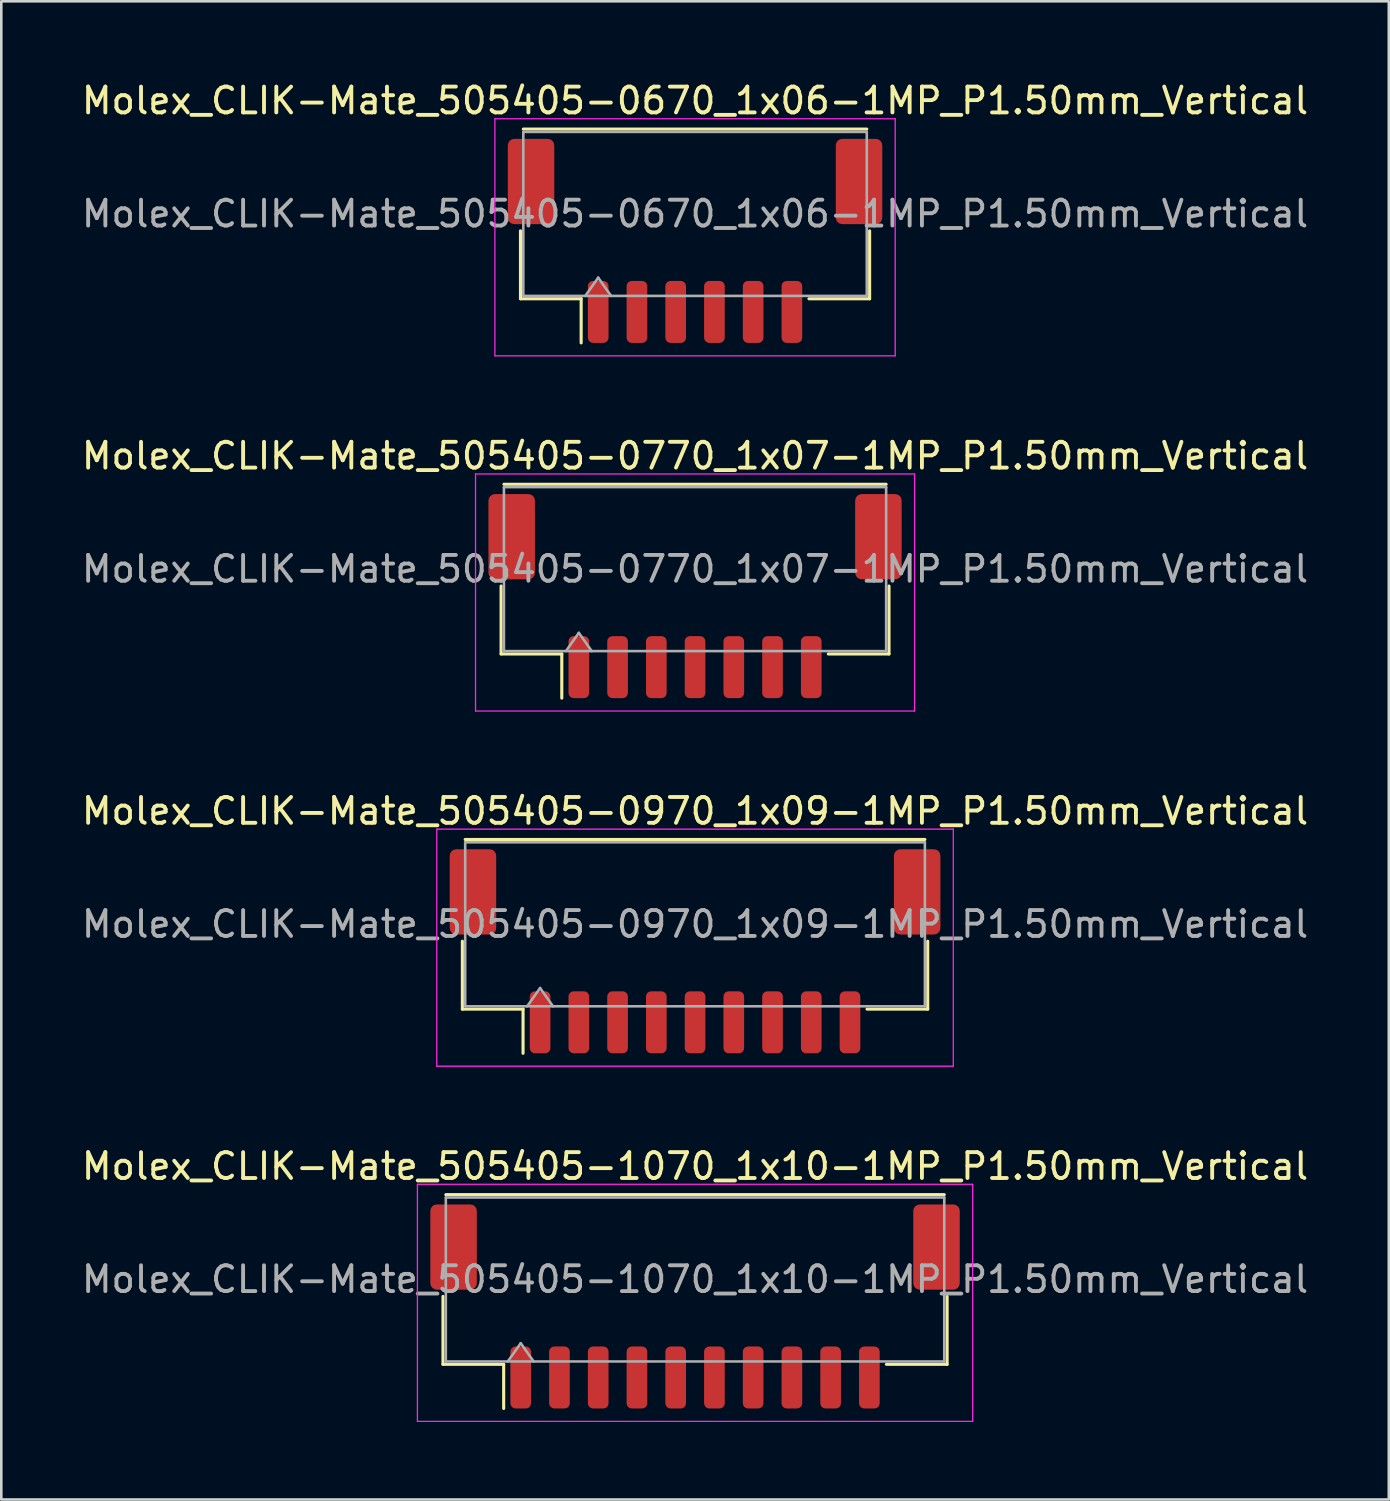
<source format=kicad_pcb>
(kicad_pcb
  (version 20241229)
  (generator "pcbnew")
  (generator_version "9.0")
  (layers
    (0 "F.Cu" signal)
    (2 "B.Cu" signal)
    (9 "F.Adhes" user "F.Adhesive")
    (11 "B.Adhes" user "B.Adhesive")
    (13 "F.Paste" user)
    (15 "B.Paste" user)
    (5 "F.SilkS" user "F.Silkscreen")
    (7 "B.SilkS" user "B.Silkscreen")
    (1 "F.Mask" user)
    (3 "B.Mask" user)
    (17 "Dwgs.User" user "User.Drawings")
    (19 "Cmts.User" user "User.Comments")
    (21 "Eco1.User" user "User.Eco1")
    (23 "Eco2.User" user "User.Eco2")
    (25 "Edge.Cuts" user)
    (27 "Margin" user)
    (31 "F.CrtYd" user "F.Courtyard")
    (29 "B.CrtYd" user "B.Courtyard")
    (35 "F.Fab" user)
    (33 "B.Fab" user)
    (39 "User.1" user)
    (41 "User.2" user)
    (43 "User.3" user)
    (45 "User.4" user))
  (footprint "Molex_CLIK-Mate_505405-0970_1x09-1MP_P1.50mm_Vertical"
    (layer "F.Cu")
    (at 23.863 33.785)
    (property "Reference" "Molex_CLIK-Mate_505405-0970_1x09-1MP_P1.50mm_Vertical" (at 0 -5.43 0) (layer "F.SilkS") (effects (font (size 1 1) (thickness 0.15))))
    (attr smd)
    (fp_line (start -9.01 -0.39) (end -9.01 2.24) (stroke (width 0.12) (type solid)) (layer "F.SilkS"))
    (fp_line (start -9.01 2.24) (end -6.66 2.24) (stroke (width 0.12) (type solid)) (layer "F.SilkS"))
    (fp_line (start -8.9 -4.33) (end 8.9 -4.33) (stroke (width 0.12) (type solid)) (layer "F.SilkS"))
    (fp_line (start -6.66 2.24) (end -6.66 3.95) (stroke (width 0.12) (type solid)) (layer "F.SilkS"))
    (fp_line (start 9.01 -0.39) (end 9.01 2.24) (stroke (width 0.12) (type solid)) (layer "F.SilkS"))
    (fp_line (start 9.01 2.24) (end 6.66 2.24) (stroke (width 0.12) (type solid)) (layer "F.SilkS"))
    (fp_line (start -10 -4.73) (end -10 4.45) (stroke (width 0.05) (type solid)) (layer "F.CrtYd"))
    (fp_line (start -10 4.45) (end 10 4.45) (stroke (width 0.05) (type solid)) (layer "F.CrtYd"))
    (fp_line (start 10 -4.73) (end -10 -4.73) (stroke (width 0.05) (type solid)) (layer "F.CrtYd"))
    (fp_line (start 10 4.45) (end 10 -4.73) (stroke (width 0.05) (type solid)) (layer "F.CrtYd"))
    (fp_line (start -8.9 -4.22) (end 8.9 -4.22) (stroke (width 0.1) (type solid)) (layer "F.Fab"))
    (fp_line (start -8.9 2.13) (end -8.9 -4.22) (stroke (width 0.1) (type solid)) (layer "F.Fab"))
    (fp_line (start -8.9 2.13) (end 8.9 2.13) (stroke (width 0.1) (type solid)) (layer "F.Fab"))
    (fp_line (start -6.5 2.13) (end -6 1.423) (stroke (width 0.1) (type solid)) (layer "F.Fab"))
    (fp_line (start -6 1.423) (end -5.5 2.13) (stroke (width 0.1) (type solid)) (layer "F.Fab"))
    (fp_line (start 8.9 2.13) (end 8.9 -4.22) (stroke (width 0.1) (type solid)) (layer "F.Fab"))
    (fp_text user "${REFERENCE}" (at 0 -1.05 0) (layer "F.Fab") (effects (font (size 1 1) (thickness 0.15))))
    (pad "1" smd roundrect (at -6 2.75) (size 0.8 2.4) (layers "F.Cu" "F.Mask" "F.Paste") (roundrect_rratio 0.25))
    (pad "2" smd roundrect (at -4.5 2.75) (size 0.8 2.4) (layers "F.Cu" "F.Mask" "F.Paste") (roundrect_rratio 0.25))
    (pad "3" smd roundrect (at -3 2.75) (size 0.8 2.4) (layers "F.Cu" "F.Mask" "F.Paste") (roundrect_rratio 0.25))
    (pad "4" smd roundrect (at -1.5 2.75) (size 0.8 2.4) (layers "F.Cu" "F.Mask" "F.Paste") (roundrect_rratio 0.25))
    (pad "5" smd roundrect (at 0 2.75) (size 0.8 2.4) (layers "F.Cu" "F.Mask" "F.Paste") (roundrect_rratio 0.25))
    (pad "6" smd roundrect (at 1.5 2.75) (size 0.8 2.4) (layers "F.Cu" "F.Mask" "F.Paste") (roundrect_rratio 0.25))
    (pad "7" smd roundrect (at 3 2.75) (size 0.8 2.4) (layers "F.Cu" "F.Mask" "F.Paste") (roundrect_rratio 0.25))
    (pad "8" smd roundrect (at 4.5 2.75) (size 0.8 2.4) (layers "F.Cu" "F.Mask" "F.Paste") (roundrect_rratio 0.25))
    (pad "9" smd roundrect (at 6 2.75) (size 0.8 2.4) (layers "F.Cu" "F.Mask" "F.Paste") (roundrect_rratio 0.25))
    (pad "MP" smd roundrect (at -8.6 -2.3) (size 1.8 3.3) (layers "F.Cu" "F.Mask" "F.Paste") (roundrect_rratio 0.139))
    (pad "MP" smd roundrect (at 8.6 -2.3) (size 1.8 3.3) (layers "F.Cu" "F.Mask" "F.Paste") (roundrect_rratio 0.139)))
  (footprint "Molex_CLIK-Mate_505405-0770_1x07-1MP_P1.50mm_Vertical"
    (layer "F.Cu")
    (at 23.863 20.032)
    (property "Reference" "Molex_CLIK-Mate_505405-0770_1x07-1MP_P1.50mm_Vertical" (at 0 -5.43 0) (layer "F.SilkS") (effects (font (size 1 1) (thickness 0.15))))
    (attr smd)
    (fp_line (start -7.51 -0.39) (end -7.51 2.24) (stroke (width 0.12) (type solid)) (layer "F.SilkS"))
    (fp_line (start -7.51 2.24) (end -5.16 2.24) (stroke (width 0.12) (type solid)) (layer "F.SilkS"))
    (fp_line (start -7.4 -4.33) (end 7.4 -4.33) (stroke (width 0.12) (type solid)) (layer "F.SilkS"))
    (fp_line (start -5.16 2.24) (end -5.16 3.95) (stroke (width 0.12) (type solid)) (layer "F.SilkS"))
    (fp_line (start 7.51 -0.39) (end 7.51 2.24) (stroke (width 0.12) (type solid)) (layer "F.SilkS"))
    (fp_line (start 7.51 2.24) (end 5.16 2.24) (stroke (width 0.12) (type solid)) (layer "F.SilkS"))
    (fp_line (start -8.5 -4.73) (end -8.5 4.45) (stroke (width 0.05) (type solid)) (layer "F.CrtYd"))
    (fp_line (start -8.5 4.45) (end 8.5 4.45) (stroke (width 0.05) (type solid)) (layer "F.CrtYd"))
    (fp_line (start 8.5 -4.73) (end -8.5 -4.73) (stroke (width 0.05) (type solid)) (layer "F.CrtYd"))
    (fp_line (start 8.5 4.45) (end 8.5 -4.73) (stroke (width 0.05) (type solid)) (layer "F.CrtYd"))
    (fp_line (start -7.4 -4.22) (end 7.4 -4.22) (stroke (width 0.1) (type solid)) (layer "F.Fab"))
    (fp_line (start -7.4 2.13) (end -7.4 -4.22) (stroke (width 0.1) (type solid)) (layer "F.Fab"))
    (fp_line (start -7.4 2.13) (end 7.4 2.13) (stroke (width 0.1) (type solid)) (layer "F.Fab"))
    (fp_line (start -5 2.13) (end -4.5 1.423) (stroke (width 0.1) (type solid)) (layer "F.Fab"))
    (fp_line (start -4.5 1.423) (end -4 2.13) (stroke (width 0.1) (type solid)) (layer "F.Fab"))
    (fp_line (start 7.4 2.13) (end 7.4 -4.22) (stroke (width 0.1) (type solid)) (layer "F.Fab"))
    (fp_text user "${REFERENCE}" (at 0 -1.05 0) (layer "F.Fab") (effects (font (size 1 1) (thickness 0.15))))
    (pad "1" smd roundrect (at -4.5 2.75) (size 0.8 2.4) (layers "F.Cu" "F.Mask" "F.Paste") (roundrect_rratio 0.25))
    (pad "2" smd roundrect (at -3 2.75) (size 0.8 2.4) (layers "F.Cu" "F.Mask" "F.Paste") (roundrect_rratio 0.25))
    (pad "3" smd roundrect (at -1.5 2.75) (size 0.8 2.4) (layers "F.Cu" "F.Mask" "F.Paste") (roundrect_rratio 0.25))
    (pad "4" smd roundrect (at 0 2.75) (size 0.8 2.4) (layers "F.Cu" "F.Mask" "F.Paste") (roundrect_rratio 0.25))
    (pad "5" smd roundrect (at 1.5 2.75) (size 0.8 2.4) (layers "F.Cu" "F.Mask" "F.Paste") (roundrect_rratio 0.25))
    (pad "6" smd roundrect (at 3 2.75) (size 0.8 2.4) (layers "F.Cu" "F.Mask" "F.Paste") (roundrect_rratio 0.25))
    (pad "7" smd roundrect (at 4.5 2.75) (size 0.8 2.4) (layers "F.Cu" "F.Mask" "F.Paste") (roundrect_rratio 0.25))
    (pad "MP" smd roundrect (at -7.1 -2.3) (size 1.8 3.3) (layers "F.Cu" "F.Mask" "F.Paste") (roundrect_rratio 0.139))
    (pad "MP" smd roundrect (at 7.1 -2.3) (size 1.8 3.3) (layers "F.Cu" "F.Mask" "F.Paste") (roundrect_rratio 0.139)))
  (footprint "Molex_CLIK-Mate_505405-0670_1x06-1MP_P1.50mm_Vertical"
    (layer "F.Cu")
    (at 23.863 6.278)
    (property "Reference" "Molex_CLIK-Mate_505405-0670_1x06-1MP_P1.50mm_Vertical" (at 0 -5.43 0) (layer "F.SilkS") (effects (font (size 1 1) (thickness 0.15))))
    (attr smd)
    (fp_line (start -6.76 -0.39) (end -6.76 2.24) (stroke (width 0.12) (type solid)) (layer "F.SilkS"))
    (fp_line (start -6.76 2.24) (end -4.41 2.24) (stroke (width 0.12) (type solid)) (layer "F.SilkS"))
    (fp_line (start -6.65 -4.33) (end 6.65 -4.33) (stroke (width 0.12) (type solid)) (layer "F.SilkS"))
    (fp_line (start -4.41 2.24) (end -4.41 3.95) (stroke (width 0.12) (type solid)) (layer "F.SilkS"))
    (fp_line (start 6.76 -0.39) (end 6.76 2.24) (stroke (width 0.12) (type solid)) (layer "F.SilkS"))
    (fp_line (start 6.76 2.24) (end 4.41 2.24) (stroke (width 0.12) (type solid)) (layer "F.SilkS"))
    (fp_line (start -7.75 -4.73) (end -7.75 4.45) (stroke (width 0.05) (type solid)) (layer "F.CrtYd"))
    (fp_line (start -7.75 4.45) (end 7.75 4.45) (stroke (width 0.05) (type solid)) (layer "F.CrtYd"))
    (fp_line (start 7.75 -4.73) (end -7.75 -4.73) (stroke (width 0.05) (type solid)) (layer "F.CrtYd"))
    (fp_line (start 7.75 4.45) (end 7.75 -4.73) (stroke (width 0.05) (type solid)) (layer "F.CrtYd"))
    (fp_line (start -6.65 -4.22) (end 6.65 -4.22) (stroke (width 0.1) (type solid)) (layer "F.Fab"))
    (fp_line (start -6.65 2.13) (end -6.65 -4.22) (stroke (width 0.1) (type solid)) (layer "F.Fab"))
    (fp_line (start -6.65 2.13) (end 6.65 2.13) (stroke (width 0.1) (type solid)) (layer "F.Fab"))
    (fp_line (start -4.25 2.13) (end -3.75 1.423) (stroke (width 0.1) (type solid)) (layer "F.Fab"))
    (fp_line (start -3.75 1.423) (end -3.25 2.13) (stroke (width 0.1) (type solid)) (layer "F.Fab"))
    (fp_line (start 6.65 2.13) (end 6.65 -4.22) (stroke (width 0.1) (type solid)) (layer "F.Fab"))
    (fp_text user "${REFERENCE}" (at 0 -1.05 0) (layer "F.Fab") (effects (font (size 1 1) (thickness 0.15))))
    (pad "1" smd roundrect (at -3.75 2.75) (size 0.8 2.4) (layers "F.Cu" "F.Mask" "F.Paste") (roundrect_rratio 0.25))
    (pad "2" smd roundrect (at -2.25 2.75) (size 0.8 2.4) (layers "F.Cu" "F.Mask" "F.Paste") (roundrect_rratio 0.25))
    (pad "3" smd roundrect (at -0.75 2.75) (size 0.8 2.4) (layers "F.Cu" "F.Mask" "F.Paste") (roundrect_rratio 0.25))
    (pad "4" smd roundrect (at 0.75 2.75) (size 0.8 2.4) (layers "F.Cu" "F.Mask" "F.Paste") (roundrect_rratio 0.25))
    (pad "5" smd roundrect (at 2.25 2.75) (size 0.8 2.4) (layers "F.Cu" "F.Mask" "F.Paste") (roundrect_rratio 0.25))
    (pad "6" smd roundrect (at 3.75 2.75) (size 0.8 2.4) (layers "F.Cu" "F.Mask" "F.Paste") (roundrect_rratio 0.25))
    (pad "MP" smd roundrect (at -6.35 -2.3) (size 1.8 3.3) (layers "F.Cu" "F.Mask" "F.Paste") (roundrect_rratio 0.139))
    (pad "MP" smd roundrect (at 6.35 -2.3) (size 1.8 3.3) (layers "F.Cu" "F.Mask" "F.Paste") (roundrect_rratio 0.139)))
  (footprint "Molex_CLIK-Mate_505405-1070_1x10-1MP_P1.50mm_Vertical"
    (layer "F.Cu")
    (at 23.863 47.538)
    (property "Reference" "Molex_CLIK-Mate_505405-1070_1x10-1MP_P1.50mm_Vertical" (at 0 -5.43 0) (layer "F.SilkS") (effects (font (size 1 1) (thickness 0.15))))
    (attr smd)
    (fp_line (start -9.76 -0.39) (end -9.76 2.24) (stroke (width 0.12) (type solid)) (layer "F.SilkS"))
    (fp_line (start -9.76 2.24) (end -7.41 2.24) (stroke (width 0.12) (type solid)) (layer "F.SilkS"))
    (fp_line (start -9.65 -4.33) (end 9.65 -4.33) (stroke (width 0.12) (type solid)) (layer "F.SilkS"))
    (fp_line (start -7.41 2.24) (end -7.41 3.95) (stroke (width 0.12) (type solid)) (layer "F.SilkS"))
    (fp_line (start 9.76 -0.39) (end 9.76 2.24) (stroke (width 0.12) (type solid)) (layer "F.SilkS"))
    (fp_line (start 9.76 2.24) (end 7.41 2.24) (stroke (width 0.12) (type solid)) (layer "F.SilkS"))
    (fp_line (start -10.75 -4.73) (end -10.75 4.45) (stroke (width 0.05) (type solid)) (layer "F.CrtYd"))
    (fp_line (start -10.75 4.45) (end 10.75 4.45) (stroke (width 0.05) (type solid)) (layer "F.CrtYd"))
    (fp_line (start 10.75 -4.73) (end -10.75 -4.73) (stroke (width 0.05) (type solid)) (layer "F.CrtYd"))
    (fp_line (start 10.75 4.45) (end 10.75 -4.73) (stroke (width 0.05) (type solid)) (layer "F.CrtYd"))
    (fp_line (start -9.65 -4.22) (end 9.65 -4.22) (stroke (width 0.1) (type solid)) (layer "F.Fab"))
    (fp_line (start -9.65 2.13) (end -9.65 -4.22) (stroke (width 0.1) (type solid)) (layer "F.Fab"))
    (fp_line (start -9.65 2.13) (end 9.65 2.13) (stroke (width 0.1) (type solid)) (layer "F.Fab"))
    (fp_line (start -7.25 2.13) (end -6.75 1.423) (stroke (width 0.1) (type solid)) (layer "F.Fab"))
    (fp_line (start -6.75 1.423) (end -6.25 2.13) (stroke (width 0.1) (type solid)) (layer "F.Fab"))
    (fp_line (start 9.65 2.13) (end 9.65 -4.22) (stroke (width 0.1) (type solid)) (layer "F.Fab"))
    (fp_text user "${REFERENCE}" (at 0 -1.05 0) (layer "F.Fab") (effects (font (size 1 1) (thickness 0.15))))
    (pad "1" smd roundrect (at -6.75 2.75) (size 0.8 2.4) (layers "F.Cu" "F.Mask" "F.Paste") (roundrect_rratio 0.25))
    (pad "2" smd roundrect (at -5.25 2.75) (size 0.8 2.4) (layers "F.Cu" "F.Mask" "F.Paste") (roundrect_rratio 0.25))
    (pad "3" smd roundrect (at -3.75 2.75) (size 0.8 2.4) (layers "F.Cu" "F.Mask" "F.Paste") (roundrect_rratio 0.25))
    (pad "4" smd roundrect (at -2.25 2.75) (size 0.8 2.4) (layers "F.Cu" "F.Mask" "F.Paste") (roundrect_rratio 0.25))
    (pad "5" smd roundrect (at -0.75 2.75) (size 0.8 2.4) (layers "F.Cu" "F.Mask" "F.Paste") (roundrect_rratio 0.25))
    (pad "6" smd roundrect (at 0.75 2.75) (size 0.8 2.4) (layers "F.Cu" "F.Mask" "F.Paste") (roundrect_rratio 0.25))
    (pad "7" smd roundrect (at 2.25 2.75) (size 0.8 2.4) (layers "F.Cu" "F.Mask" "F.Paste") (roundrect_rratio 0.25))
    (pad "8" smd roundrect (at 3.75 2.75) (size 0.8 2.4) (layers "F.Cu" "F.Mask" "F.Paste") (roundrect_rratio 0.25))
    (pad "9" smd roundrect (at 5.25 2.75) (size 0.8 2.4) (layers "F.Cu" "F.Mask" "F.Paste") (roundrect_rratio 0.25))
    (pad "10" smd roundrect (at 6.75 2.75) (size 0.8 2.4) (layers "F.Cu" "F.Mask" "F.Paste") (roundrect_rratio 0.25))
    (pad "MP" smd roundrect (at -9.35 -2.3) (size 1.8 3.3) (layers "F.Cu" "F.Mask" "F.Paste") (roundrect_rratio 0.139))
    (pad "MP" smd roundrect (at 9.35 -2.3) (size 1.8 3.3) (layers "F.Cu" "F.Mask" "F.Paste") (roundrect_rratio 0.139)))
  (gr_rect
    (start -3 -3)
    (end 50.726 55.013)
    (stroke (width 0.1) (type default))
    (fill no)
    (layer "Edge.Cuts")))
</source>
